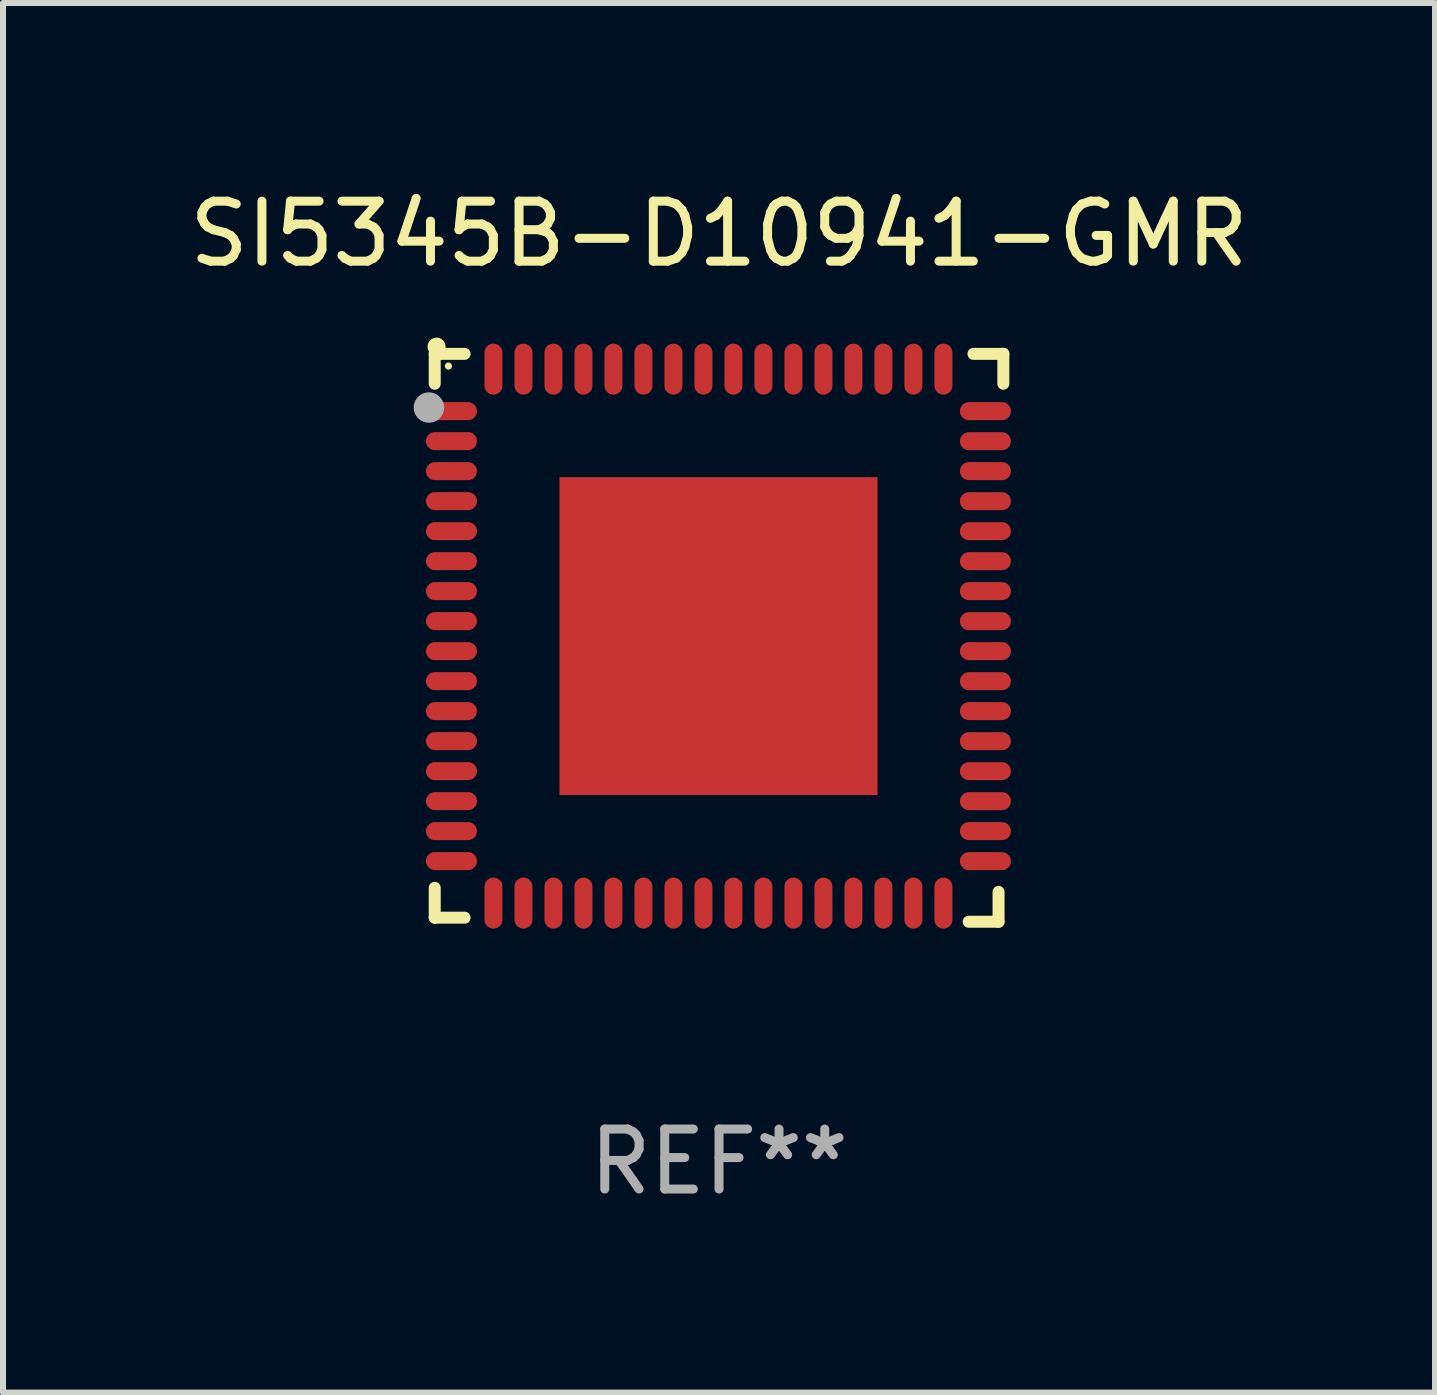
<source format=kicad_pcb>
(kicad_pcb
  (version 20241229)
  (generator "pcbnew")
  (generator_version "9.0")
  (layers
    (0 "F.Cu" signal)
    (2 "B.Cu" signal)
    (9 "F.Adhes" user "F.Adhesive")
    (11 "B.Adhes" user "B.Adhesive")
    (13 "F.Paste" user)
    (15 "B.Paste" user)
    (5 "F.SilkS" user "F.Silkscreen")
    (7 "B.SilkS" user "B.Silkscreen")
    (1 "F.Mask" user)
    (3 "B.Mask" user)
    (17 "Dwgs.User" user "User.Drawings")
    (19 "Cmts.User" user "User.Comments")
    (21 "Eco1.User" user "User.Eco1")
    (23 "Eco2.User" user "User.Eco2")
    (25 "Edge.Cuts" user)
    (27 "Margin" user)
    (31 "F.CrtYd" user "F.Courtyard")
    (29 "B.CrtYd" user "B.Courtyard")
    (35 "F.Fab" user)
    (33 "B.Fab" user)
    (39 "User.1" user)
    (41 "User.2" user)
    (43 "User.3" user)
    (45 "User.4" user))
  (footprint "SI5345B-D10941-GMR"
    (layer "F.Cu")
    (at 8.935 7.581)
    (property "Reference" "SI5345B-D10941-GMR" (at 0 -6.733 0) (layer "F.SilkS") (effects (font (size 1 1) (thickness 0.15))))
    (attr through_hole)
    (fp_line (start -4.739 -4.733) (end -4.241 -4.733) (stroke (width 0.2) (type solid)) (layer "F.SilkS"))
    (fp_line (start -4.739 -4.235) (end -4.739 -4.733) (stroke (width 0.2) (type solid)) (layer "F.SilkS"))
    (fp_line (start -4.739 4.168) (end -4.739 4.665) (stroke (width 0.2) (type solid)) (layer "F.SilkS"))
    (fp_line (start -4.739 4.665) (end -4.241 4.665) (stroke (width 0.2) (type solid)) (layer "F.SilkS"))
    (fp_line (start 4.161 4.733) (end 4.659 4.733) (stroke (width 0.2) (type solid)) (layer "F.SilkS"))
    (fp_line (start 4.241 -4.733) (end 4.739 -4.733) (stroke (width 0.2) (type solid)) (layer "F.SilkS"))
    (fp_line (start 4.659 4.733) (end 4.659 4.235) (stroke (width 0.2) (type solid)) (layer "F.SilkS"))
    (fp_line (start 4.739 -4.733) (end 4.739 -4.235) (stroke (width 0.2) (type solid)) (layer "F.SilkS"))
    (fp_arc (start -4.708623 -4.85108) (mid -4.708628 -4.85235) (end -4.708623 -4.85362) (stroke (width 0.3) (type solid)) (layer "F.SilkS"))
    (fp_circle (center -4.511 -4.529) (end -4.481 -4.529) (stroke (width 0.06) (type solid)) (fill no) (layer "F.SilkS"))
    (fp_circle (center -4.836 -3.838) (end -4.709 -3.838) (stroke (width 0.254) (type solid)) (fill no) (layer "F.Fab"))
    (fp_text user "REF**" (at 0 8.733 0) (layer "F.Fab") (effects (font (size 1 1) (thickness 0.15))))
    (pad "1" smd oval (at -4.46 -3.778) (size 0.85 0.3) (layers "F.Cu" "F.Mask" "F.Paste"))
    (pad "2" smd oval (at -4.46 -3.278) (size 0.85 0.3) (layers "F.Cu" "F.Mask" "F.Paste"))
    (pad "3" smd oval (at -4.46 -2.778) (size 0.85 0.3) (layers "F.Cu" "F.Mask" "F.Paste"))
    (pad "4" smd oval (at -4.46 -2.278) (size 0.85 0.3) (layers "F.Cu" "F.Mask" "F.Paste"))
    (pad "5" smd oval (at -4.46 -1.778) (size 0.85 0.3) (layers "F.Cu" "F.Mask" "F.Paste"))
    (pad "6" smd oval (at -4.46 -1.278) (size 0.85 0.3) (layers "F.Cu" "F.Mask" "F.Paste"))
    (pad "7" smd oval (at -4.46 -0.778) (size 0.85 0.3) (layers "F.Cu" "F.Mask" "F.Paste"))
    (pad "8" smd oval (at -4.46 -0.278) (size 0.85 0.3) (layers "F.Cu" "F.Mask" "F.Paste"))
    (pad "9" smd oval (at -4.46 0.222) (size 0.85 0.3) (layers "F.Cu" "F.Mask" "F.Paste"))
    (pad "10" smd oval (at -4.46 0.722) (size 0.85 0.3) (layers "F.Cu" "F.Mask" "F.Paste"))
    (pad "11" smd oval (at -4.46 1.222) (size 0.85 0.3) (layers "F.Cu" "F.Mask" "F.Paste"))
    (pad "12" smd oval (at -4.46 1.722) (size 0.85 0.3) (layers "F.Cu" "F.Mask" "F.Paste"))
    (pad "13" smd oval (at -4.46 2.222) (size 0.85 0.3) (layers "F.Cu" "F.Mask" "F.Paste"))
    (pad "14" smd oval (at -4.46 2.722) (size 0.85 0.3) (layers "F.Cu" "F.Mask" "F.Paste"))
    (pad "15" smd oval (at -4.46 3.222) (size 0.85 0.3) (layers "F.Cu" "F.Mask" "F.Paste"))
    (pad "16" smd oval (at -4.46 3.722) (size 0.85 0.3) (layers "F.Cu" "F.Mask" "F.Paste"))
    (pad "17" smd oval (at -3.76 4.422) (size 0.3 0.85) (layers "F.Cu" "F.Mask" "F.Paste"))
    (pad "18" smd oval (at -3.26 4.422) (size 0.3 0.85) (layers "F.Cu" "F.Mask" "F.Paste"))
    (pad "19" smd oval (at -2.76 4.422) (size 0.3 0.85) (layers "F.Cu" "F.Mask" "F.Paste"))
    (pad "20" smd oval (at -2.26 4.422) (size 0.3 0.85) (layers "F.Cu" "F.Mask" "F.Paste"))
    (pad "21" smd oval (at -1.76 4.422) (size 0.3 0.85) (layers "F.Cu" "F.Mask" "F.Paste"))
    (pad "22" smd oval (at -1.26 4.422) (size 0.3 0.85) (layers "F.Cu" "F.Mask" "F.Paste"))
    (pad "23" smd oval (at -0.76 4.422) (size 0.3 0.85) (layers "F.Cu" "F.Mask" "F.Paste"))
    (pad "24" smd oval (at -0.26 4.422) (size 0.3 0.85) (layers "F.Cu" "F.Mask" "F.Paste"))
    (pad "25" smd oval (at 0.24 4.422) (size 0.3 0.85) (layers "F.Cu" "F.Mask" "F.Paste"))
    (pad "26" smd oval (at 0.74 4.422) (size 0.3 0.85) (layers "F.Cu" "F.Mask" "F.Paste"))
    (pad "27" smd oval (at 1.24 4.422) (size 0.3 0.85) (layers "F.Cu" "F.Mask" "F.Paste"))
    (pad "28" smd oval (at 1.74 4.422) (size 0.3 0.85) (layers "F.Cu" "F.Mask" "F.Paste"))
    (pad "29" smd oval (at 2.24 4.422) (size 0.3 0.85) (layers "F.Cu" "F.Mask" "F.Paste"))
    (pad "30" smd oval (at 2.74 4.422) (size 0.3 0.85) (layers "F.Cu" "F.Mask" "F.Paste"))
    (pad "31" smd oval (at 3.24 4.422) (size 0.3 0.85) (layers "F.Cu" "F.Mask" "F.Paste"))
    (pad "32" smd oval (at 3.74 4.422) (size 0.3 0.85) (layers "F.Cu" "F.Mask" "F.Paste"))
    (pad "33" smd oval (at 4.44 3.723) (size 0.85 0.3) (layers "F.Cu" "F.Mask" "F.Paste"))
    (pad "34" smd oval (at 4.44 3.222) (size 0.85 0.3) (layers "F.Cu" "F.Mask" "F.Paste"))
    (pad "35" smd oval (at 4.44 2.723) (size 0.85 0.3) (layers "F.Cu" "F.Mask" "F.Paste"))
    (pad "36" smd oval (at 4.44 2.222) (size 0.85 0.3) (layers "F.Cu" "F.Mask" "F.Paste"))
    (pad "37" smd oval (at 4.44 1.723) (size 0.85 0.3) (layers "F.Cu" "F.Mask" "F.Paste"))
    (pad "38" smd oval (at 4.44 1.222) (size 0.85 0.3) (layers "F.Cu" "F.Mask" "F.Paste"))
    (pad "39" smd oval (at 4.44 0.723) (size 0.85 0.3) (layers "F.Cu" "F.Mask" "F.Paste"))
    (pad "40" smd oval (at 4.44 0.222) (size 0.85 0.3) (layers "F.Cu" "F.Mask" "F.Paste"))
    (pad "41" smd oval (at 4.44 -0.277) (size 0.85 0.3) (layers "F.Cu" "F.Mask" "F.Paste"))
    (pad "42" smd oval (at 4.44 -0.778) (size 0.85 0.3) (layers "F.Cu" "F.Mask" "F.Paste"))
    (pad "43" smd oval (at 4.44 -1.277) (size 0.85 0.3) (layers "F.Cu" "F.Mask" "F.Paste"))
    (pad "44" smd oval (at 4.44 -1.778) (size 0.85 0.3) (layers "F.Cu" "F.Mask" "F.Paste"))
    (pad "45" smd oval (at 4.44 -2.277) (size 0.85 0.3) (layers "F.Cu" "F.Mask" "F.Paste"))
    (pad "46" smd oval (at 4.44 -2.778) (size 0.85 0.3) (layers "F.Cu" "F.Mask" "F.Paste"))
    (pad "47" smd oval (at 4.44 -3.277) (size 0.85 0.3) (layers "F.Cu" "F.Mask" "F.Paste"))
    (pad "48" smd oval (at 4.44 -3.778) (size 0.85 0.3) (layers "F.Cu" "F.Mask" "F.Paste"))
    (pad "49" smd oval (at 3.74 -4.478) (size 0.3 0.85) (layers "F.Cu" "F.Mask" "F.Paste"))
    (pad "50" smd oval (at 3.24 -4.478) (size 0.3 0.85) (layers "F.Cu" "F.Mask" "F.Paste"))
    (pad "51" smd oval (at 2.74 -4.478) (size 0.3 0.85) (layers "F.Cu" "F.Mask" "F.Paste"))
    (pad "52" smd oval (at 2.24 -4.478) (size 0.3 0.85) (layers "F.Cu" "F.Mask" "F.Paste"))
    (pad "53" smd oval (at 1.74 -4.478) (size 0.3 0.85) (layers "F.Cu" "F.Mask" "F.Paste"))
    (pad "54" smd oval (at 1.24 -4.478) (size 0.3 0.85) (layers "F.Cu" "F.Mask" "F.Paste"))
    (pad "55" smd oval (at 0.74 -4.478) (size 0.3 0.85) (layers "F.Cu" "F.Mask" "F.Paste"))
    (pad "56" smd oval (at 0.24 -4.478) (size 0.3 0.85) (layers "F.Cu" "F.Mask" "F.Paste"))
    (pad "57" smd oval (at -0.26 -4.478) (size 0.3 0.85) (layers "F.Cu" "F.Mask" "F.Paste"))
    (pad "58" smd oval (at -0.76 -4.478) (size 0.3 0.85) (layers "F.Cu" "F.Mask" "F.Paste"))
    (pad "59" smd oval (at -1.26 -4.478) (size 0.3 0.85) (layers "F.Cu" "F.Mask" "F.Paste"))
    (pad "60" smd oval (at -1.76 -4.478) (size 0.3 0.85) (layers "F.Cu" "F.Mask" "F.Paste"))
    (pad "61" smd oval (at -2.26 -4.478) (size 0.3 0.85) (layers "F.Cu" "F.Mask" "F.Paste"))
    (pad "62" smd oval (at -2.76 -4.478) (size 0.3 0.85) (layers "F.Cu" "F.Mask" "F.Paste"))
    (pad "63" smd oval (at -3.26 -4.478) (size 0.3 0.85) (layers "F.Cu" "F.Mask" "F.Paste"))
    (pad "64" smd oval (at -3.76 -4.478) (size 0.3 0.85) (layers "F.Cu" "F.Mask" "F.Paste"))
    (pad "65" smd rect (at -0.009 -0.028 90) (size 5.3 5.3) (layers "F.Cu" "F.Mask" "F.Paste")))
  (gr_rect
    (start -3 -3)
    (end 20.869 20.162)
    (stroke (width 0.1) (type default))
    (fill no)
    (layer "Edge.Cuts")))
</source>
